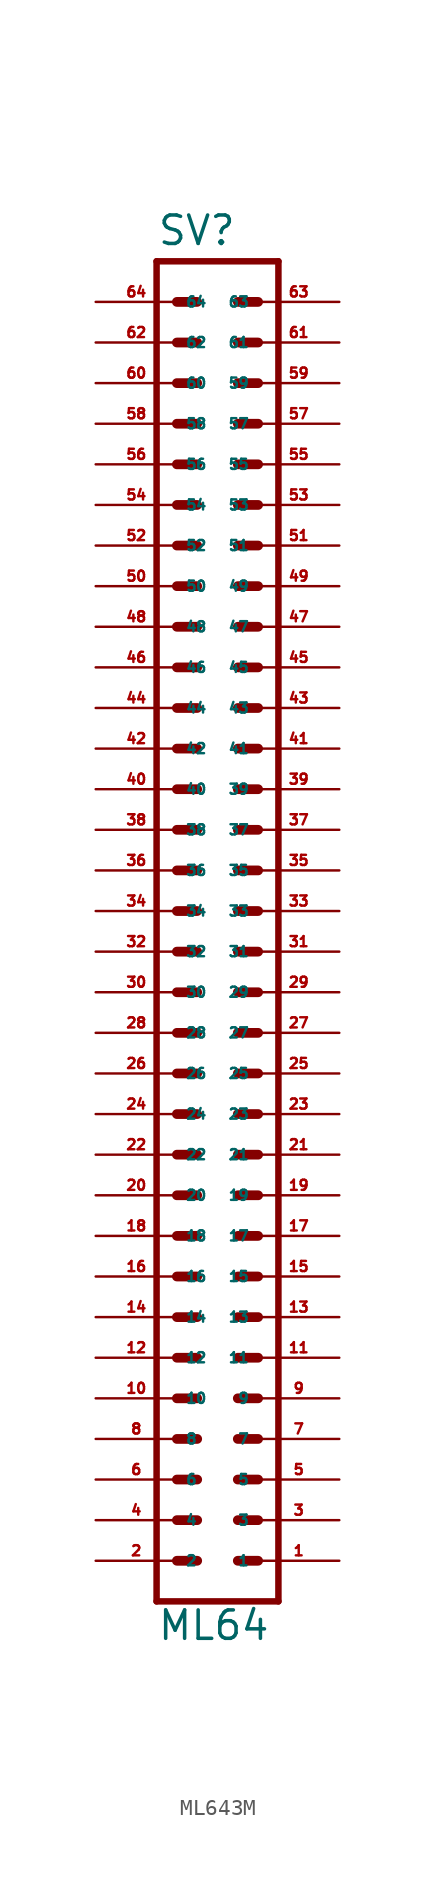
<source format=kicad_sym>
(kicad_symbol_lib
  (version 20220914)
  (generator Eagle2Kicad)
  (symbol "ML643M"
    (property "Reference" "SV"
      (at -3.81 44.069 0)
      (effects (font (size 1.778 1.778) (thickness 0.22)) (justify left bottom)))
    (property "Value" "ML64"
      (at -3.81 -43.18 0)
      (effects (font (size 1.778 1.778) (thickness 0.22)) (justify left bottom)))
    (polyline
      (pts (xy 3.81 -40.64) (xy -3.81 -40.64))
      (stroke (width 0.406) (type default))
      (fill (type none)))
    (polyline
      (pts (xy -3.81 43.18) (xy -3.81 -40.64))
      (stroke (width 0.406) (type default))
      (fill (type none)))
    (polyline
      (pts (xy -3.81 43.18) (xy 3.81 43.18))
      (stroke (width 0.406) (type default))
      (fill (type none)))
    (polyline
      (pts (xy 3.81 -40.64) (xy 3.81 43.18))
      (stroke (width 0.406) (type default))
      (fill (type none)))
    (polyline
      (pts (xy 1.27 -27.94) (xy 2.54 -27.94))
      (stroke (width 0.61) (type default))
      (fill (type none)))
    (polyline
      (pts (xy 1.27 -30.48) (xy 2.54 -30.48))
      (stroke (width 0.61) (type default))
      (fill (type none)))
    (polyline
      (pts (xy 1.27 -33.02) (xy 2.54 -33.02))
      (stroke (width 0.61) (type default))
      (fill (type none)))
    (polyline
      (pts (xy 1.27 -35.56) (xy 2.54 -35.56))
      (stroke (width 0.61) (type default))
      (fill (type none)))
    (polyline
      (pts (xy 1.27 -38.1) (xy 2.54 -38.1))
      (stroke (width 0.61) (type default))
      (fill (type none)))
    (polyline
      (pts (xy -2.54 -27.94) (xy -1.27 -27.94))
      (stroke (width 0.61) (type default))
      (fill (type none)))
    (polyline
      (pts (xy -2.54 -30.48) (xy -1.27 -30.48))
      (stroke (width 0.61) (type default))
      (fill (type none)))
    (polyline
      (pts (xy -2.54 -33.02) (xy -1.27 -33.02))
      (stroke (width 0.61) (type default))
      (fill (type none)))
    (polyline
      (pts (xy -2.54 -35.56) (xy -1.27 -35.56))
      (stroke (width 0.61) (type default))
      (fill (type none)))
    (polyline
      (pts (xy -2.54 -38.1) (xy -1.27 -38.1))
      (stroke (width 0.61) (type default))
      (fill (type none)))
    (polyline
      (pts (xy 1.27 -25.4) (xy 2.54 -25.4))
      (stroke (width 0.61) (type default))
      (fill (type none)))
    (polyline
      (pts (xy 1.27 -22.86) (xy 2.54 -22.86))
      (stroke (width 0.61) (type default))
      (fill (type none)))
    (polyline
      (pts (xy 1.27 -20.32) (xy 2.54 -20.32))
      (stroke (width 0.61) (type default))
      (fill (type none)))
    (polyline
      (pts (xy 1.27 -17.78) (xy 2.54 -17.78))
      (stroke (width 0.61) (type default))
      (fill (type none)))
    (polyline
      (pts (xy 1.27 -15.24) (xy 2.54 -15.24))
      (stroke (width 0.61) (type default))
      (fill (type none)))
    (polyline
      (pts (xy -2.54 -25.4) (xy -1.27 -25.4))
      (stroke (width 0.61) (type default))
      (fill (type none)))
    (polyline
      (pts (xy -2.54 -22.86) (xy -1.27 -22.86))
      (stroke (width 0.61) (type default))
      (fill (type none)))
    (polyline
      (pts (xy -2.54 -20.32) (xy -1.27 -20.32))
      (stroke (width 0.61) (type default))
      (fill (type none)))
    (polyline
      (pts (xy -2.54 -17.78) (xy -1.27 -17.78))
      (stroke (width 0.61) (type default))
      (fill (type none)))
    (polyline
      (pts (xy -2.54 -15.24) (xy -1.27 -15.24))
      (stroke (width 0.61) (type default))
      (fill (type none)))
    (polyline
      (pts (xy 1.27 -12.7) (xy 2.54 -12.7))
      (stroke (width 0.61) (type default))
      (fill (type none)))
    (polyline
      (pts (xy 1.27 -10.16) (xy 2.54 -10.16))
      (stroke (width 0.61) (type default))
      (fill (type none)))
    (polyline
      (pts (xy 1.27 -7.62) (xy 2.54 -7.62))
      (stroke (width 0.61) (type default))
      (fill (type none)))
    (polyline
      (pts (xy -2.54 -12.7) (xy -1.27 -12.7))
      (stroke (width 0.61) (type default))
      (fill (type none)))
    (polyline
      (pts (xy -2.54 -10.16) (xy -1.27 -10.16))
      (stroke (width 0.61) (type default))
      (fill (type none)))
    (polyline
      (pts (xy -2.54 -7.62) (xy -1.27 -7.62))
      (stroke (width 0.61) (type default))
      (fill (type none)))
    (polyline
      (pts (xy 1.27 -5.08) (xy 2.54 -5.08))
      (stroke (width 0.61) (type default))
      (fill (type none)))
    (polyline
      (pts (xy 1.27 -2.54) (xy 2.54 -2.54))
      (stroke (width 0.61) (type default))
      (fill (type none)))
    (polyline
      (pts (xy 1.27 0) (xy 2.54 0))
      (stroke (width 0.61) (type default))
      (fill (type none)))
    (polyline
      (pts (xy 1.27 2.54) (xy 2.54 2.54))
      (stroke (width 0.61) (type default))
      (fill (type none)))
    (polyline
      (pts (xy 1.27 5.08) (xy 2.54 5.08))
      (stroke (width 0.61) (type default))
      (fill (type none)))
    (polyline
      (pts (xy 1.27 7.62) (xy 2.54 7.62))
      (stroke (width 0.61) (type default))
      (fill (type none)))
    (polyline
      (pts (xy 1.27 10.16) (xy 2.54 10.16))
      (stroke (width 0.61) (type default))
      (fill (type none)))
    (polyline
      (pts (xy -2.54 -5.08) (xy -1.27 -5.08))
      (stroke (width 0.61) (type default))
      (fill (type none)))
    (polyline
      (pts (xy -2.54 -2.54) (xy -1.27 -2.54))
      (stroke (width 0.61) (type default))
      (fill (type none)))
    (polyline
      (pts (xy -2.54 0) (xy -1.27 0))
      (stroke (width 0.61) (type default))
      (fill (type none)))
    (polyline
      (pts (xy -2.54 2.54) (xy -1.27 2.54))
      (stroke (width 0.61) (type default))
      (fill (type none)))
    (polyline
      (pts (xy -2.54 5.08) (xy -1.27 5.08))
      (stroke (width 0.61) (type default))
      (fill (type none)))
    (polyline
      (pts (xy -2.54 7.62) (xy -1.27 7.62))
      (stroke (width 0.61) (type default))
      (fill (type none)))
    (polyline
      (pts (xy -2.54 10.16) (xy -1.27 10.16))
      (stroke (width 0.61) (type default))
      (fill (type none)))
    (polyline
      (pts (xy -2.54 12.7) (xy -1.27 12.7))
      (stroke (width 0.61) (type default))
      (fill (type none)))
    (polyline
      (pts (xy -2.54 15.24) (xy -1.27 15.24))
      (stroke (width 0.61) (type default))
      (fill (type none)))
    (polyline
      (pts (xy -2.54 17.78) (xy -1.27 17.78))
      (stroke (width 0.61) (type default))
      (fill (type none)))
    (polyline
      (pts (xy 1.27 12.7) (xy 2.54 12.7))
      (stroke (width 0.61) (type default))
      (fill (type none)))
    (polyline
      (pts (xy 1.27 15.24) (xy 2.54 15.24))
      (stroke (width 0.61) (type default))
      (fill (type none)))
    (polyline
      (pts (xy 1.27 17.78) (xy 2.54 17.78))
      (stroke (width 0.61) (type default))
      (fill (type none)))
    (polyline
      (pts (xy -2.54 20.32) (xy -1.27 20.32))
      (stroke (width 0.61) (type default))
      (fill (type none)))
    (polyline
      (pts (xy -2.54 22.86) (xy -1.27 22.86))
      (stroke (width 0.61) (type default))
      (fill (type none)))
    (polyline
      (pts (xy 1.27 20.32) (xy 2.54 20.32))
      (stroke (width 0.61) (type default))
      (fill (type none)))
    (polyline
      (pts (xy 1.27 22.86) (xy 2.54 22.86))
      (stroke (width 0.61) (type default))
      (fill (type none)))
    (polyline
      (pts (xy -2.54 25.4) (xy -1.27 25.4))
      (stroke (width 0.61) (type default))
      (fill (type none)))
    (polyline
      (pts (xy -2.54 27.94) (xy -1.27 27.94))
      (stroke (width 0.61) (type default))
      (fill (type none)))
    (polyline
      (pts (xy -2.54 30.48) (xy -1.27 30.48))
      (stroke (width 0.61) (type default))
      (fill (type none)))
    (polyline
      (pts (xy -2.54 33.02) (xy -1.27 33.02))
      (stroke (width 0.61) (type default))
      (fill (type none)))
    (polyline
      (pts (xy -2.54 35.56) (xy -1.27 35.56))
      (stroke (width 0.61) (type default))
      (fill (type none)))
    (polyline
      (pts (xy -2.54 38.1) (xy -1.27 38.1))
      (stroke (width 0.61) (type default))
      (fill (type none)))
    (polyline
      (pts (xy -2.54 40.64) (xy -1.27 40.64))
      (stroke (width 0.61) (type default))
      (fill (type none)))
    (polyline
      (pts (xy 1.27 25.4) (xy 2.54 25.4))
      (stroke (width 0.61) (type default))
      (fill (type none)))
    (polyline
      (pts (xy 1.27 27.94) (xy 2.54 27.94))
      (stroke (width 0.61) (type default))
      (fill (type none)))
    (polyline
      (pts (xy 1.27 30.48) (xy 2.54 30.48))
      (stroke (width 0.61) (type default))
      (fill (type none)))
    (polyline
      (pts (xy 1.27 33.02) (xy 2.54 33.02))
      (stroke (width 0.61) (type default))
      (fill (type none)))
    (polyline
      (pts (xy 1.27 35.56) (xy 2.54 35.56))
      (stroke (width 0.61) (type default))
      (fill (type none)))
    (polyline
      (pts (xy 1.27 38.1) (xy 2.54 38.1))
      (stroke (width 0.61) (type default))
      (fill (type none)))
    (polyline
      (pts (xy 1.27 40.64) (xy 2.54 40.64))
      (stroke (width 0.61) (type default))
      (fill (type none)))
    (pin passive line
      (at 7.62 -38.1 180)
      (length 5.08)
      (name "1" (effects (font (size 0.635 0.635) (thickness 0.08)) (justify left bottom)))
      (number "1" (effects (font (size 0.635 0.635) (thickness 0.08)) (justify left bottom))))
    (pin passive line
      (at 7.62 -35.56 180)
      (length 5.08)
      (name "3" (effects (font (size 0.635 0.635) (thickness 0.08)) (justify left bottom)))
      (number "3" (effects (font (size 0.635 0.635) (thickness 0.08)) (justify left bottom))))
    (pin passive line
      (at 7.62 -33.02 180)
      (length 5.08)
      (name "5" (effects (font (size 0.635 0.635) (thickness 0.08)) (justify left bottom)))
      (number "5" (effects (font (size 0.635 0.635) (thickness 0.08)) (justify left bottom))))
    (pin passive line
      (at 7.62 -30.48 180)
      (length 5.08)
      (name "7" (effects (font (size 0.635 0.635) (thickness 0.08)) (justify left bottom)))
      (number "7" (effects (font (size 0.635 0.635) (thickness 0.08)) (justify left bottom))))
    (pin passive line
      (at 7.62 -27.94 180)
      (length 5.08)
      (name "9" (effects (font (size 0.635 0.635) (thickness 0.08)) (justify left bottom)))
      (number "9" (effects (font (size 0.635 0.635) (thickness 0.08)) (justify left bottom))))
    (pin passive line
      (at 7.62 -25.4 180)
      (length 5.08)
      (name "11" (effects (font (size 0.635 0.635) (thickness 0.08)) (justify left bottom)))
      (number "11" (effects (font (size 0.635 0.635) (thickness 0.08)) (justify left bottom))))
    (pin passive line
      (at 7.62 -22.86 180)
      (length 5.08)
      (name "13" (effects (font (size 0.635 0.635) (thickness 0.08)) (justify left bottom)))
      (number "13" (effects (font (size 0.635 0.635) (thickness 0.08)) (justify left bottom))))
    (pin passive line
      (at 7.62 -20.32 180)
      (length 5.08)
      (name "15" (effects (font (size 0.635 0.635) (thickness 0.08)) (justify left bottom)))
      (number "15" (effects (font (size 0.635 0.635) (thickness 0.08)) (justify left bottom))))
    (pin passive line
      (at 7.62 -17.78 180)
      (length 5.08)
      (name "17" (effects (font (size 0.635 0.635) (thickness 0.08)) (justify left bottom)))
      (number "17" (effects (font (size 0.635 0.635) (thickness 0.08)) (justify left bottom))))
    (pin passive line
      (at 7.62 -15.24 180)
      (length 5.08)
      (name "19" (effects (font (size 0.635 0.635) (thickness 0.08)) (justify left bottom)))
      (number "19" (effects (font (size 0.635 0.635) (thickness 0.08)) (justify left bottom))))
    (pin passive line
      (at 7.62 -12.7 180)
      (length 5.08)
      (name "21" (effects (font (size 0.635 0.635) (thickness 0.08)) (justify left bottom)))
      (number "21" (effects (font (size 0.635 0.635) (thickness 0.08)) (justify left bottom))))
    (pin passive line
      (at 7.62 -10.16 180)
      (length 5.08)
      (name "23" (effects (font (size 0.635 0.635) (thickness 0.08)) (justify left bottom)))
      (number "23" (effects (font (size 0.635 0.635) (thickness 0.08)) (justify left bottom))))
    (pin passive line
      (at 7.62 -7.62 180)
      (length 5.08)
      (name "25" (effects (font (size 0.635 0.635) (thickness 0.08)) (justify left bottom)))
      (number "25" (effects (font (size 0.635 0.635) (thickness 0.08)) (justify left bottom))))
    (pin passive line
      (at 7.62 -5.08 180)
      (length 5.08)
      (name "27" (effects (font (size 0.635 0.635) (thickness 0.08)) (justify left bottom)))
      (number "27" (effects (font (size 0.635 0.635) (thickness 0.08)) (justify left bottom))))
    (pin passive line
      (at 7.62 -2.54 180)
      (length 5.08)
      (name "29" (effects (font (size 0.635 0.635) (thickness 0.08)) (justify left bottom)))
      (number "29" (effects (font (size 0.635 0.635) (thickness 0.08)) (justify left bottom))))
    (pin passive line
      (at 7.62 0 180)
      (length 5.08)
      (name "31" (effects (font (size 0.635 0.635) (thickness 0.08)) (justify left bottom)))
      (number "31" (effects (font (size 0.635 0.635) (thickness 0.08)) (justify left bottom))))
    (pin passive line
      (at 7.62 2.54 180)
      (length 5.08)
      (name "33" (effects (font (size 0.635 0.635) (thickness 0.08)) (justify left bottom)))
      (number "33" (effects (font (size 0.635 0.635) (thickness 0.08)) (justify left bottom))))
    (pin passive line
      (at 7.62 5.08 180)
      (length 5.08)
      (name "35" (effects (font (size 0.635 0.635) (thickness 0.08)) (justify left bottom)))
      (number "35" (effects (font (size 0.635 0.635) (thickness 0.08)) (justify left bottom))))
    (pin passive line
      (at 7.62 7.62 180)
      (length 5.08)
      (name "37" (effects (font (size 0.635 0.635) (thickness 0.08)) (justify left bottom)))
      (number "37" (effects (font (size 0.635 0.635) (thickness 0.08)) (justify left bottom))))
    (pin passive line
      (at 7.62 10.16 180)
      (length 5.08)
      (name "39" (effects (font (size 0.635 0.635) (thickness 0.08)) (justify left bottom)))
      (number "39" (effects (font (size 0.635 0.635) (thickness 0.08)) (justify left bottom))))
    (pin passive line
      (at -7.62 -38.1 0)
      (length 5.08)
      (name "2" (effects (font (size 0.635 0.635) (thickness 0.08)) (justify left bottom)))
      (number "2" (effects (font (size 0.635 0.635) (thickness 0.08)) (justify left bottom))))
    (pin passive line
      (at -7.62 -35.56 0)
      (length 5.08)
      (name "4" (effects (font (size 0.635 0.635) (thickness 0.08)) (justify left bottom)))
      (number "4" (effects (font (size 0.635 0.635) (thickness 0.08)) (justify left bottom))))
    (pin passive line
      (at -7.62 -33.02 0)
      (length 5.08)
      (name "6" (effects (font (size 0.635 0.635) (thickness 0.08)) (justify left bottom)))
      (number "6" (effects (font (size 0.635 0.635) (thickness 0.08)) (justify left bottom))))
    (pin passive line
      (at -7.62 -30.48 0)
      (length 5.08)
      (name "8" (effects (font (size 0.635 0.635) (thickness 0.08)) (justify left bottom)))
      (number "8" (effects (font (size 0.635 0.635) (thickness 0.08)) (justify left bottom))))
    (pin passive line
      (at -7.62 -27.94 0)
      (length 5.08)
      (name "10" (effects (font (size 0.635 0.635) (thickness 0.08)) (justify left bottom)))
      (number "10" (effects (font (size 0.635 0.635) (thickness 0.08)) (justify left bottom))))
    (pin passive line
      (at -7.62 -25.4 0)
      (length 5.08)
      (name "12" (effects (font (size 0.635 0.635) (thickness 0.08)) (justify left bottom)))
      (number "12" (effects (font (size 0.635 0.635) (thickness 0.08)) (justify left bottom))))
    (pin passive line
      (at -7.62 -22.86 0)
      (length 5.08)
      (name "14" (effects (font (size 0.635 0.635) (thickness 0.08)) (justify left bottom)))
      (number "14" (effects (font (size 0.635 0.635) (thickness 0.08)) (justify left bottom))))
    (pin passive line
      (at -7.62 -20.32 0)
      (length 5.08)
      (name "16" (effects (font (size 0.635 0.635) (thickness 0.08)) (justify left bottom)))
      (number "16" (effects (font (size 0.635 0.635) (thickness 0.08)) (justify left bottom))))
    (pin passive line
      (at -7.62 -17.78 0)
      (length 5.08)
      (name "18" (effects (font (size 0.635 0.635) (thickness 0.08)) (justify left bottom)))
      (number "18" (effects (font (size 0.635 0.635) (thickness 0.08)) (justify left bottom))))
    (pin passive line
      (at -7.62 -15.24 0)
      (length 5.08)
      (name "20" (effects (font (size 0.635 0.635) (thickness 0.08)) (justify left bottom)))
      (number "20" (effects (font (size 0.635 0.635) (thickness 0.08)) (justify left bottom))))
    (pin passive line
      (at -7.62 -12.7 0)
      (length 5.08)
      (name "22" (effects (font (size 0.635 0.635) (thickness 0.08)) (justify left bottom)))
      (number "22" (effects (font (size 0.635 0.635) (thickness 0.08)) (justify left bottom))))
    (pin passive line
      (at -7.62 -10.16 0)
      (length 5.08)
      (name "24" (effects (font (size 0.635 0.635) (thickness 0.08)) (justify left bottom)))
      (number "24" (effects (font (size 0.635 0.635) (thickness 0.08)) (justify left bottom))))
    (pin passive line
      (at -7.62 -7.62 0)
      (length 5.08)
      (name "26" (effects (font (size 0.635 0.635) (thickness 0.08)) (justify left bottom)))
      (number "26" (effects (font (size 0.635 0.635) (thickness 0.08)) (justify left bottom))))
    (pin passive line
      (at -7.62 -5.08 0)
      (length 5.08)
      (name "28" (effects (font (size 0.635 0.635) (thickness 0.08)) (justify left bottom)))
      (number "28" (effects (font (size 0.635 0.635) (thickness 0.08)) (justify left bottom))))
    (pin passive line
      (at -7.62 -2.54 0)
      (length 5.08)
      (name "30" (effects (font (size 0.635 0.635) (thickness 0.08)) (justify left bottom)))
      (number "30" (effects (font (size 0.635 0.635) (thickness 0.08)) (justify left bottom))))
    (pin passive line
      (at -7.62 0 0)
      (length 5.08)
      (name "32" (effects (font (size 0.635 0.635) (thickness 0.08)) (justify left bottom)))
      (number "32" (effects (font (size 0.635 0.635) (thickness 0.08)) (justify left bottom))))
    (pin passive line
      (at -7.62 2.54 0)
      (length 5.08)
      (name "34" (effects (font (size 0.635 0.635) (thickness 0.08)) (justify left bottom)))
      (number "34" (effects (font (size 0.635 0.635) (thickness 0.08)) (justify left bottom))))
    (pin passive line
      (at -7.62 5.08 0)
      (length 5.08)
      (name "36" (effects (font (size 0.635 0.635) (thickness 0.08)) (justify left bottom)))
      (number "36" (effects (font (size 0.635 0.635) (thickness 0.08)) (justify left bottom))))
    (pin passive line
      (at -7.62 7.62 0)
      (length 5.08)
      (name "38" (effects (font (size 0.635 0.635) (thickness 0.08)) (justify left bottom)))
      (number "38" (effects (font (size 0.635 0.635) (thickness 0.08)) (justify left bottom))))
    (pin passive line
      (at -7.62 10.16 0)
      (length 5.08)
      (name "40" (effects (font (size 0.635 0.635) (thickness 0.08)) (justify left bottom)))
      (number "40" (effects (font (size 0.635 0.635) (thickness 0.08)) (justify left bottom))))
    (pin passive line
      (at 7.62 12.7 180)
      (length 5.08)
      (name "41" (effects (font (size 0.635 0.635) (thickness 0.08)) (justify left bottom)))
      (number "41" (effects (font (size 0.635 0.635) (thickness 0.08)) (justify left bottom))))
    (pin passive line
      (at 7.62 15.24 180)
      (length 5.08)
      (name "43" (effects (font (size 0.635 0.635) (thickness 0.08)) (justify left bottom)))
      (number "43" (effects (font (size 0.635 0.635) (thickness 0.08)) (justify left bottom))))
    (pin passive line
      (at 7.62 17.78 180)
      (length 5.08)
      (name "45" (effects (font (size 0.635 0.635) (thickness 0.08)) (justify left bottom)))
      (number "45" (effects (font (size 0.635 0.635) (thickness 0.08)) (justify left bottom))))
    (pin passive line
      (at 7.62 20.32 180)
      (length 5.08)
      (name "47" (effects (font (size 0.635 0.635) (thickness 0.08)) (justify left bottom)))
      (number "47" (effects (font (size 0.635 0.635) (thickness 0.08)) (justify left bottom))))
    (pin passive line
      (at 7.62 22.86 180)
      (length 5.08)
      (name "49" (effects (font (size 0.635 0.635) (thickness 0.08)) (justify left bottom)))
      (number "49" (effects (font (size 0.635 0.635) (thickness 0.08)) (justify left bottom))))
    (pin passive line
      (at -7.62 12.7 0)
      (length 5.08)
      (name "42" (effects (font (size 0.635 0.635) (thickness 0.08)) (justify left bottom)))
      (number "42" (effects (font (size 0.635 0.635) (thickness 0.08)) (justify left bottom))))
    (pin passive line
      (at -7.62 15.24 0)
      (length 5.08)
      (name "44" (effects (font (size 0.635 0.635) (thickness 0.08)) (justify left bottom)))
      (number "44" (effects (font (size 0.635 0.635) (thickness 0.08)) (justify left bottom))))
    (pin passive line
      (at -7.62 17.78 0)
      (length 5.08)
      (name "46" (effects (font (size 0.635 0.635) (thickness 0.08)) (justify left bottom)))
      (number "46" (effects (font (size 0.635 0.635) (thickness 0.08)) (justify left bottom))))
    (pin passive line
      (at -7.62 20.32 0)
      (length 5.08)
      (name "48" (effects (font (size 0.635 0.635) (thickness 0.08)) (justify left bottom)))
      (number "48" (effects (font (size 0.635 0.635) (thickness 0.08)) (justify left bottom))))
    (pin passive line
      (at -7.62 22.86 0)
      (length 5.08)
      (name "50" (effects (font (size 0.635 0.635) (thickness 0.08)) (justify left bottom)))
      (number "50" (effects (font (size 0.635 0.635) (thickness 0.08)) (justify left bottom))))
    (pin passive line
      (at 7.62 25.4 180)
      (length 5.08)
      (name "51" (effects (font (size 0.635 0.635) (thickness 0.08)) (justify left bottom)))
      (number "51" (effects (font (size 0.635 0.635) (thickness 0.08)) (justify left bottom))))
    (pin passive line
      (at 7.62 27.94 180)
      (length 5.08)
      (name "53" (effects (font (size 0.635 0.635) (thickness 0.08)) (justify left bottom)))
      (number "53" (effects (font (size 0.635 0.635) (thickness 0.08)) (justify left bottom))))
    (pin passive line
      (at 7.62 30.48 180)
      (length 5.08)
      (name "55" (effects (font (size 0.635 0.635) (thickness 0.08)) (justify left bottom)))
      (number "55" (effects (font (size 0.635 0.635) (thickness 0.08)) (justify left bottom))))
    (pin passive line
      (at 7.62 33.02 180)
      (length 5.08)
      (name "57" (effects (font (size 0.635 0.635) (thickness 0.08)) (justify left bottom)))
      (number "57" (effects (font (size 0.635 0.635) (thickness 0.08)) (justify left bottom))))
    (pin passive line
      (at 7.62 35.56 180)
      (length 5.08)
      (name "59" (effects (font (size 0.635 0.635) (thickness 0.08)) (justify left bottom)))
      (number "59" (effects (font (size 0.635 0.635) (thickness 0.08)) (justify left bottom))))
    (pin passive line
      (at 7.62 38.1 180)
      (length 5.08)
      (name "61" (effects (font (size 0.635 0.635) (thickness 0.08)) (justify left bottom)))
      (number "61" (effects (font (size 0.635 0.635) (thickness 0.08)) (justify left bottom))))
    (pin passive line
      (at 7.62 40.64 180)
      (length 5.08)
      (name "63" (effects (font (size 0.635 0.635) (thickness 0.08)) (justify left bottom)))
      (number "63" (effects (font (size 0.635 0.635) (thickness 0.08)) (justify left bottom))))
    (pin passive line
      (at -7.62 25.4 0)
      (length 5.08)
      (name "52" (effects (font (size 0.635 0.635) (thickness 0.08)) (justify left bottom)))
      (number "52" (effects (font (size 0.635 0.635) (thickness 0.08)) (justify left bottom))))
    (pin passive line
      (at -7.62 27.94 0)
      (length 5.08)
      (name "54" (effects (font (size 0.635 0.635) (thickness 0.08)) (justify left bottom)))
      (number "54" (effects (font (size 0.635 0.635) (thickness 0.08)) (justify left bottom))))
    (pin passive line
      (at -7.62 30.48 0)
      (length 5.08)
      (name "56" (effects (font (size 0.635 0.635) (thickness 0.08)) (justify left bottom)))
      (number "56" (effects (font (size 0.635 0.635) (thickness 0.08)) (justify left bottom))))
    (pin passive line
      (at -7.62 33.02 0)
      (length 5.08)
      (name "58" (effects (font (size 0.635 0.635) (thickness 0.08)) (justify left bottom)))
      (number "58" (effects (font (size 0.635 0.635) (thickness 0.08)) (justify left bottom))))
    (pin passive line
      (at -7.62 35.56 0)
      (length 5.08)
      (name "60" (effects (font (size 0.635 0.635) (thickness 0.08)) (justify left bottom)))
      (number "60" (effects (font (size 0.635 0.635) (thickness 0.08)) (justify left bottom))))
    (pin passive line
      (at -7.62 38.1 0)
      (length 5.08)
      (name "62" (effects (font (size 0.635 0.635) (thickness 0.08)) (justify left bottom)))
      (number "62" (effects (font (size 0.635 0.635) (thickness 0.08)) (justify left bottom))))
    (pin passive line
      (at -7.62 40.64 0)
      (length 5.08)
      (name "64" (effects (font (size 0.635 0.635) (thickness 0.08)) (justify left bottom)))
      (number "64" (effects (font (size 0.635 0.635) (thickness 0.08)) (justify left bottom))))))
</source>
